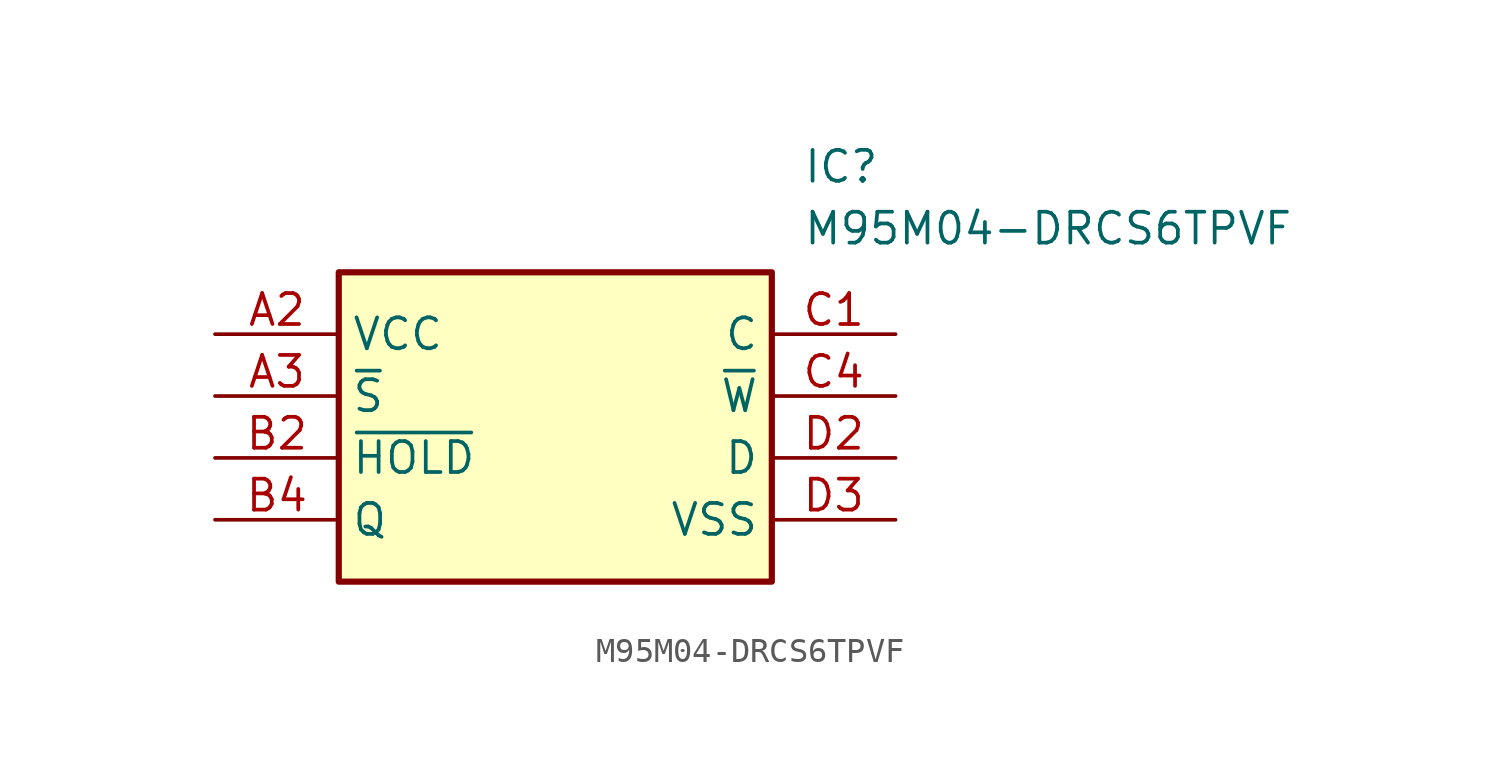
<source format=kicad_sym>
(kicad_symbol_lib
  (version 20211014)
  (generator SamacSys_ECAD_Model)
  (symbol "M95M04-DRCS6TPVF"
    (property "Reference" "IC"
      (at 24.13 7.62 0)
      (effects (font (size 1.27 1.27)) (justify left top)))
    (property "Value" "M95M04-DRCS6TPVF"
      (at 24.13 5.08 0)
      (effects (font (size 1.27 1.27)) (justify left top)))
    (rectangle
      (start 5.08 2.54)
      (end 22.86 -10.16)
      (stroke (width 0.254) (type default))
      (fill (type background)))
    (pin passive line
      (at 0 0 0)
      (length 5.08)
      (name "VCC" (effects (font (size 1.27 1.27))))
      (number "A2" (effects (font (size 1.27 1.27)))))
    (pin passive line
      (at 0 -2.54 0)
      (length 5.08)
      (name "~{S}" (effects (font (size 1.27 1.27))))
      (number "A3" (effects (font (size 1.27 1.27)))))
    (pin passive line
      (at 0 -5.08 0)
      (length 5.08)
      (name "~{HOLD}" (effects (font (size 1.27 1.27))))
      (number "B2" (effects (font (size 1.27 1.27)))))
    (pin passive line
      (at 0 -7.62 0)
      (length 5.08)
      (name "Q" (effects (font (size 1.27 1.27))))
      (number "B4" (effects (font (size 1.27 1.27)))))
    (pin passive line
      (at 27.94 0 180)
      (length 5.08)
      (name "C" (effects (font (size 1.27 1.27))))
      (number "C1" (effects (font (size 1.27 1.27)))))
    (pin passive line
      (at 27.94 -2.54 180)
      (length 5.08)
      (name "~{W}" (effects (font (size 1.27 1.27))))
      (number "C4" (effects (font (size 1.27 1.27)))))
    (pin passive line
      (at 27.94 -5.08 180)
      (length 5.08)
      (name "D" (effects (font (size 1.27 1.27))))
      (number "D2" (effects (font (size 1.27 1.27)))))
    (pin passive line
      (at 27.94 -7.62 180)
      (length 5.08)
      (name "VSS" (effects (font (size 1.27 1.27))))
      (number "D3" (effects (font (size 1.27 1.27)))))))
</source>
